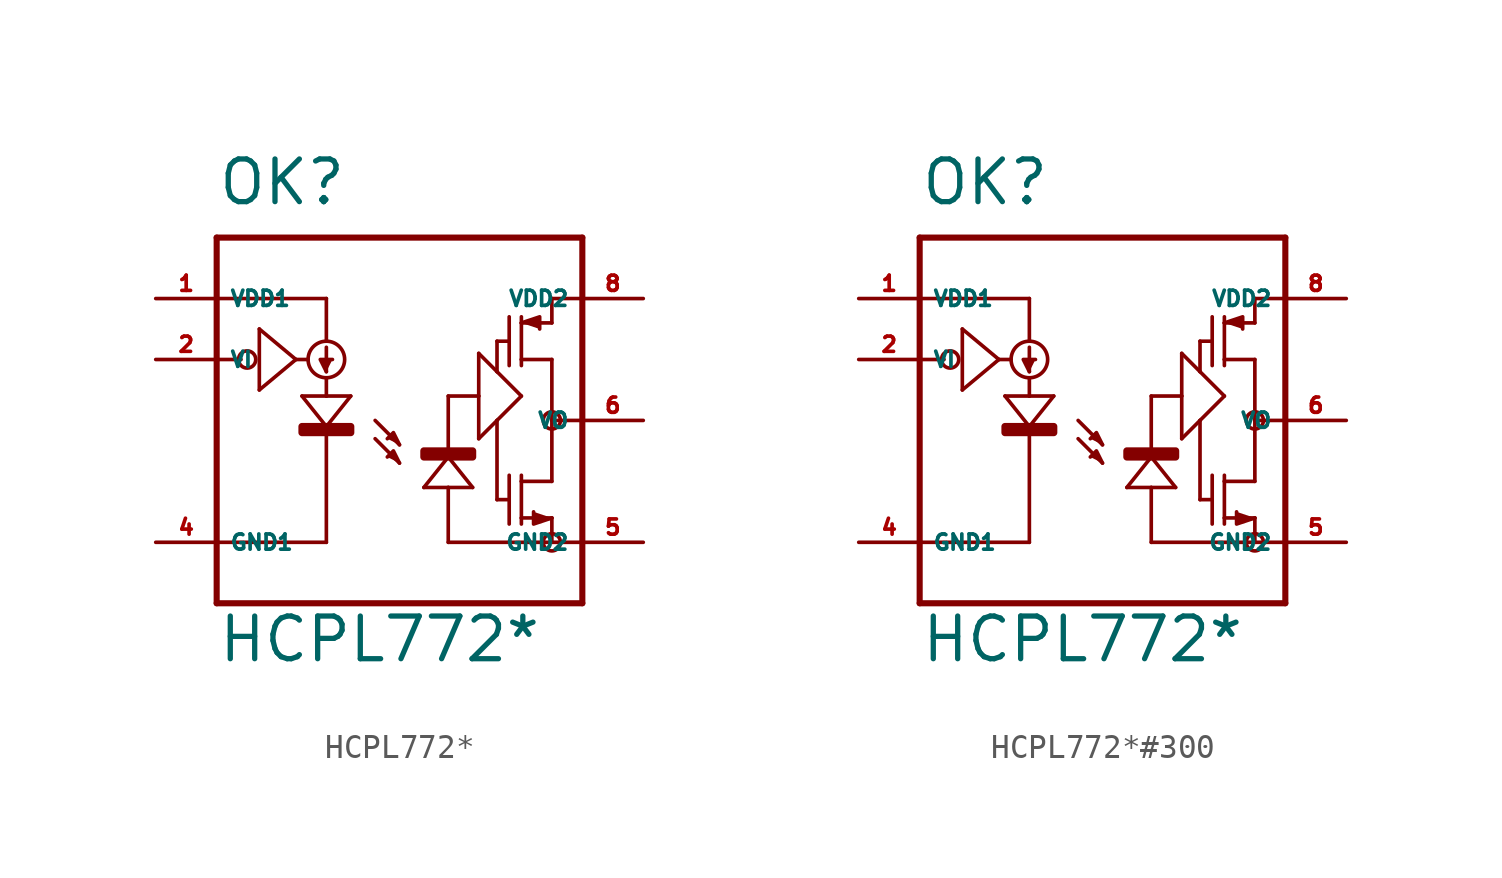
<source format=kicad_sym>
(kicad_symbol_lib
  (version 20220914)
  (generator kicad_symbol_editor)
  (symbol "HCPL772*"
    (property "Reference" "OK"
      (at -10.16 8.89 0)
      (effects (font (size 1.778 1.778) (thickness 0.22)) (justify left bottom)))
    (property "Value" "HCPL772*"
      (at -10.16 -10.16 0)
      (effects (font (size 1.778 1.778) (thickness 0.22)) (justify left bottom)))
    (symbol "HCPL772*_1_1"
      (circle (center -8.89 2.54) (radius 0.359) (stroke (width 0.152) (type default)) (fill (type none)))
      (rectangle (start -6.604 -0.508) (end -4.572 -0.254) (stroke (width 0.3) (type default)) (fill (type outline)))
      (circle (center -5.588 2.54) (radius 0.762) (stroke (width 0.152) (type default)) (fill (type none)))
      (rectangle (start -1.524 -1.524) (end 0.508 -1.27) (stroke (width 0.3) (type default)) (fill (type outline)))
      (polyline (pts (xy -10.16 -7.62) (xy -10.16 -5.08)) (stroke (width 0.254) (type default)) (fill (type none)))
      (polyline (pts (xy -10.16 -5.08) (xy -10.16 2.54)) (stroke (width 0.254) (type default)) (fill (type none)))
      (polyline (pts (xy -10.16 -5.08) (xy -5.588 -5.08)) (stroke (width 0.152) (type default)) (fill (type none)))
      (polyline (pts (xy -10.16 2.54) (xy -10.16 5.08)) (stroke (width 0.254) (type default)) (fill (type none)))
      (polyline (pts (xy -10.16 2.54) (xy -9.144 2.54)) (stroke (width 0.152) (type default)) (fill (type none)))
      (polyline (pts (xy -10.16 5.08) (xy -10.16 7.62)) (stroke (width 0.254) (type default)) (fill (type none)))
      (polyline (pts (xy -10.16 5.08) (xy -5.588 5.08)) (stroke (width 0.152) (type default)) (fill (type none)))
      (polyline (pts (xy -10.16 7.62) (xy 5.08 7.62)) (stroke (width 0.254) (type default)) (fill (type none)))
      (polyline (pts (xy -8.382 1.27) (xy -6.858 2.54)) (stroke (width 0.152) (type default)) (fill (type none)))
      (polyline (pts (xy -8.382 3.81) (xy -8.382 1.27)) (stroke (width 0.152) (type default)) (fill (type none)))
      (polyline (pts (xy -6.858 2.54) (xy -8.382 3.81)) (stroke (width 0.152) (type default)) (fill (type none)))
      (polyline (pts (xy -6.858 2.54) (xy -6.35 2.54)) (stroke (width 0.152) (type default)) (fill (type none)))
      (polyline (pts (xy -6.604 1.016) (xy -5.588 -0.254)) (stroke (width 0.152) (type default)) (fill (type none)))
      (polyline (pts (xy -5.588 -0.254) (xy -5.588 -5.08)) (stroke (width 0.152) (type default)) (fill (type none)))
      (polyline (pts (xy -5.588 -0.254) (xy -4.572 1.016)) (stroke (width 0.152) (type default)) (fill (type none)))
      (polyline (pts (xy -5.588 1.016) (xy -6.604 1.016)) (stroke (width 0.152) (type default)) (fill (type none)))
      (polyline (pts (xy -5.588 1.778) (xy -5.588 1.016)) (stroke (width 0.152) (type default)) (fill (type none)))
      (polyline (pts (xy -5.588 3.048) (xy -5.588 2.032)) (stroke (width 0.152) (type default)) (fill (type none)))
      (polyline (pts (xy -5.588 5.08) (xy -5.588 3.302)) (stroke (width 0.152) (type default)) (fill (type none)))
      (polyline (pts (xy -4.572 1.016) (xy -5.588 1.016)) (stroke (width 0.152) (type default)) (fill (type none)))
      (polyline (pts (xy -3.556 -0.762) (xy -2.54 -1.778)) (stroke (width 0.152) (type default)) (fill (type none)))
      (polyline (pts (xy -3.556 0) (xy -2.54 -1.016)) (stroke (width 0.152) (type default)) (fill (type none)))
      (polyline (pts (xy -1.524 -2.794) (xy -0.508 -1.524)) (stroke (width 0.152) (type default)) (fill (type none)))
      (polyline (pts (xy -0.508 -5.08) (xy -0.508 -2.794)) (stroke (width 0.152) (type default)) (fill (type none)))
      (polyline (pts (xy -0.508 -2.794) (xy -1.524 -2.794)) (stroke (width 0.152) (type default)) (fill (type none)))
      (polyline (pts (xy -0.508 -1.524) (xy -0.508 1.016)) (stroke (width 0.152) (type default)) (fill (type none)))
      (polyline (pts (xy -0.508 -1.524) (xy 0.508 -2.794)) (stroke (width 0.152) (type default)) (fill (type none)))
      (polyline (pts (xy -0.508 1.016) (xy 0.762 1.016)) (stroke (width 0.152) (type default)) (fill (type none)))
      (polyline (pts (xy 0.508 -2.794) (xy -0.508 -2.794)) (stroke (width 0.152) (type default)) (fill (type none)))
      (polyline (pts (xy 0.762 -0.762) (xy 1.524 0)) (stroke (width 0.152) (type default)) (fill (type none)))
      (polyline (pts (xy 0.762 1.016) (xy 0.762 -0.762)) (stroke (width 0.152) (type default)) (fill (type none)))
      (polyline (pts (xy 0.762 2.794) (xy 0.762 1.016)) (stroke (width 0.152) (type default)) (fill (type none)))
      (polyline (pts (xy 1.524 -3.302) (xy 2.032 -3.302)) (stroke (width 0.152) (type default)) (fill (type none)))
      (polyline (pts (xy 1.524 0) (xy 1.524 -3.302)) (stroke (width 0.152) (type default)) (fill (type none)))
      (polyline (pts (xy 1.524 0) (xy 2.54 1.016)) (stroke (width 0.152) (type default)) (fill (type none)))
      (polyline (pts (xy 1.524 2.032) (xy 0.762 2.794)) (stroke (width 0.152) (type default)) (fill (type none)))
      (polyline (pts (xy 1.524 2.032) (xy 1.524 3.302)) (stroke (width 0.152) (type default)) (fill (type none)))
      (polyline (pts (xy 1.524 3.302) (xy 2.032 3.302)) (stroke (width 0.152) (type default)) (fill (type none)))
      (polyline (pts (xy 2.032 -2.286) (xy 2.032 -4.318)) (stroke (width 0.152) (type default)) (fill (type none)))
      (polyline (pts (xy 2.032 4.318) (xy 2.032 2.286)) (stroke (width 0.152) (type default)) (fill (type none)))
      (polyline (pts (xy 2.54 -4.064) (xy 2.54 -4.318)) (stroke (width 0.152) (type default)) (fill (type none)))
      (polyline (pts (xy 2.54 -4.064) (xy 3.81 -4.064)) (stroke (width 0.152) (type default)) (fill (type none)))
      (polyline (pts (xy 2.54 -2.54) (xy 2.54 -4.064)) (stroke (width 0.152) (type default)) (fill (type none)))
      (polyline (pts (xy 2.54 -2.286) (xy 2.54 -2.54)) (stroke (width 0.152) (type default)) (fill (type none)))
      (polyline (pts (xy 2.54 1.016) (xy 1.524 2.032)) (stroke (width 0.152) (type default)) (fill (type none)))
      (polyline (pts (xy 2.54 2.54) (xy 2.54 2.286)) (stroke (width 0.152) (type default)) (fill (type none)))
      (polyline (pts (xy 2.54 2.54) (xy 3.81 2.54)) (stroke (width 0.152) (type default)) (fill (type none)))
      (polyline (pts (xy 2.54 4.064) (xy 2.54 2.54)) (stroke (width 0.152) (type default)) (fill (type none)))
      (polyline (pts (xy 2.54 4.064) (xy 3.81 4.064)) (stroke (width 0.152) (type default)) (fill (type none)))
      (polyline (pts (xy 2.54 4.318) (xy 2.54 4.064)) (stroke (width 0.152) (type default)) (fill (type none)))
      (polyline (pts (xy 3.81 -5.08) (xy -0.508 -5.08)) (stroke (width 0.152) (type default)) (fill (type none)))
      (polyline (pts (xy 3.81 -5.08) (xy 5.08 -5.08)) (stroke (width 0.152) (type default)) (fill (type none)))
      (polyline (pts (xy 3.81 -4.064) (xy 3.81 -5.08)) (stroke (width 0.152) (type default)) (fill (type none)))
      (polyline (pts (xy 3.81 -2.54) (xy 2.54 -2.54)) (stroke (width 0.152) (type default)) (fill (type none)))
      (polyline (pts (xy 3.81 0) (xy 3.81 -2.54)) (stroke (width 0.152) (type default)) (fill (type none)))
      (polyline (pts (xy 3.81 0) (xy 5.08 0)) (stroke (width 0.152) (type default)) (fill (type none)))
      (polyline (pts (xy 3.81 2.54) (xy 3.81 0)) (stroke (width 0.152) (type default)) (fill (type none)))
      (polyline (pts (xy 3.81 4.064) (xy 3.81 5.08)) (stroke (width 0.152) (type default)) (fill (type none)))
      (polyline (pts (xy 3.81 5.08) (xy 5.08 5.08)) (stroke (width 0.152) (type default)) (fill (type none)))
      (polyline (pts (xy 5.08 -7.62) (xy -10.16 -7.62)) (stroke (width 0.254) (type default)) (fill (type none)))
      (polyline (pts (xy 5.08 -5.08) (xy 5.08 -7.62)) (stroke (width 0.254) (type default)) (fill (type none)))
      (polyline (pts (xy 5.08 0) (xy 5.08 -5.08)) (stroke (width 0.254) (type default)) (fill (type none)))
      (polyline (pts (xy 5.08 5.08) (xy 5.08 0)) (stroke (width 0.254) (type default)) (fill (type none)))
      (polyline (pts (xy 5.08 7.62) (xy 5.08 5.08)) (stroke (width 0.254) (type default)) (fill (type none)))
      (polyline (pts (xy -5.588 2.032) (xy -5.842 2.54) (xy -5.334 2.54)) (stroke (width 0.152) (type default)) (fill (type outline)))
      (polyline (pts (xy -2.54 -1.778) (xy -2.794 -1.27) (xy -3.048 -1.524)) (stroke (width 0.152) (type default)) (fill (type outline)))
      (polyline (pts (xy -2.54 -1.016) (xy -2.794 -0.508) (xy -3.048 -0.762)) (stroke (width 0.152) (type default)) (fill (type outline)))
      (polyline (pts (xy 2.54 4.064) (xy 3.302 4.318) (xy 3.302 3.81)) (stroke (width 0.152) (type default)) (fill (type outline)))
      (polyline (pts (xy 3.048 -3.81) (xy 3.048 -4.318) (xy 3.81 -4.064)) (stroke (width 0.152) (type default)) (fill (type outline)))
      (circle (center 3.81 -5.08) (radius 0.359) (stroke (width 0) (type default)) (fill (type none)))
      (circle (center 3.81 0) (radius 0.359) (stroke (width 0) (type default)) (fill (type none)))
      (pin passive line (at -12.7 5.08 0) (length 2.54) (name "VDD1" (effects (font (size 0.635 0.635)))) (number "1" (effects (font (size 0.635 0.635)))))
      (pin input line (at -12.7 2.54 0) (length 2.54) (name "VI" (effects (font (size 0.635 0.635)))) (number "2" (effects (font (size 0.635 0.635)))))
      (pin passive line (at -12.7 -5.08 0) (length 2.54) (name "GND1" (effects (font (size 0.635 0.635)))) (number "4" (effects (font (size 0.635 0.635)))))
      (pin passive line (at 7.62 -5.08 180) (length 2.54) (name "GND2" (effects (font (size 0.635 0.635)))) (number "5" (effects (font (size 0.635 0.635)))))
      (pin passive line (at 7.62 0 180) (length 2.54) (name "VO" (effects (font (size 0.635 0.635)))) (number "6" (effects (font (size 0.635 0.635)))))
      (pin passive line (at 7.62 5.08 180) (length 2.54) (name "VDD2" (effects (font (size 0.635 0.635)))) (number "8" (effects (font (size 0.635 0.635)))))))
  (symbol "HCPL772*#300"
    (property "Reference" "OK"
      (at -10.16 8.89 0)
      (effects (font (size 1.778 1.778) (thickness 0.22)) (justify left bottom)))
    (property "Value" "HCPL772*"
      (at -10.16 -10.16 0)
      (effects (font (size 1.778 1.778) (thickness 0.22)) (justify left bottom)))
    (symbol "HCPL772*#300_1_1"
      (circle (center -8.89 2.54) (radius 0.359) (stroke (width 0.152) (type default)) (fill (type none)))
      (rectangle (start -6.604 -0.508) (end -4.572 -0.254) (stroke (width 0.3) (type default)) (fill (type outline)))
      (circle (center -5.588 2.54) (radius 0.762) (stroke (width 0.152) (type default)) (fill (type none)))
      (rectangle (start -1.524 -1.524) (end 0.508 -1.27) (stroke (width 0.3) (type default)) (fill (type outline)))
      (polyline (pts (xy -10.16 -7.62) (xy -10.16 -5.08)) (stroke (width 0.254) (type default)) (fill (type none)))
      (polyline (pts (xy -10.16 -5.08) (xy -10.16 2.54)) (stroke (width 0.254) (type default)) (fill (type none)))
      (polyline (pts (xy -10.16 -5.08) (xy -5.588 -5.08)) (stroke (width 0.152) (type default)) (fill (type none)))
      (polyline (pts (xy -10.16 2.54) (xy -10.16 5.08)) (stroke (width 0.254) (type default)) (fill (type none)))
      (polyline (pts (xy -10.16 2.54) (xy -9.144 2.54)) (stroke (width 0.152) (type default)) (fill (type none)))
      (polyline (pts (xy -10.16 5.08) (xy -10.16 7.62)) (stroke (width 0.254) (type default)) (fill (type none)))
      (polyline (pts (xy -10.16 5.08) (xy -5.588 5.08)) (stroke (width 0.152) (type default)) (fill (type none)))
      (polyline (pts (xy -10.16 7.62) (xy 5.08 7.62)) (stroke (width 0.254) (type default)) (fill (type none)))
      (polyline (pts (xy -8.382 1.27) (xy -6.858 2.54)) (stroke (width 0.152) (type default)) (fill (type none)))
      (polyline (pts (xy -8.382 3.81) (xy -8.382 1.27)) (stroke (width 0.152) (type default)) (fill (type none)))
      (polyline (pts (xy -6.858 2.54) (xy -8.382 3.81)) (stroke (width 0.152) (type default)) (fill (type none)))
      (polyline (pts (xy -6.858 2.54) (xy -6.35 2.54)) (stroke (width 0.152) (type default)) (fill (type none)))
      (polyline (pts (xy -6.604 1.016) (xy -5.588 -0.254)) (stroke (width 0.152) (type default)) (fill (type none)))
      (polyline (pts (xy -5.588 -0.254) (xy -5.588 -5.08)) (stroke (width 0.152) (type default)) (fill (type none)))
      (polyline (pts (xy -5.588 -0.254) (xy -4.572 1.016)) (stroke (width 0.152) (type default)) (fill (type none)))
      (polyline (pts (xy -5.588 1.016) (xy -6.604 1.016)) (stroke (width 0.152) (type default)) (fill (type none)))
      (polyline (pts (xy -5.588 1.778) (xy -5.588 1.016)) (stroke (width 0.152) (type default)) (fill (type none)))
      (polyline (pts (xy -5.588 3.048) (xy -5.588 2.032)) (stroke (width 0.152) (type default)) (fill (type none)))
      (polyline (pts (xy -5.588 5.08) (xy -5.588 3.302)) (stroke (width 0.152) (type default)) (fill (type none)))
      (polyline (pts (xy -4.572 1.016) (xy -5.588 1.016)) (stroke (width 0.152) (type default)) (fill (type none)))
      (polyline (pts (xy -3.556 -0.762) (xy -2.54 -1.778)) (stroke (width 0.152) (type default)) (fill (type none)))
      (polyline (pts (xy -3.556 0) (xy -2.54 -1.016)) (stroke (width 0.152) (type default)) (fill (type none)))
      (polyline (pts (xy -1.524 -2.794) (xy -0.508 -1.524)) (stroke (width 0.152) (type default)) (fill (type none)))
      (polyline (pts (xy -0.508 -5.08) (xy -0.508 -2.794)) (stroke (width 0.152) (type default)) (fill (type none)))
      (polyline (pts (xy -0.508 -2.794) (xy -1.524 -2.794)) (stroke (width 0.152) (type default)) (fill (type none)))
      (polyline (pts (xy -0.508 -1.524) (xy -0.508 1.016)) (stroke (width 0.152) (type default)) (fill (type none)))
      (polyline (pts (xy -0.508 -1.524) (xy 0.508 -2.794)) (stroke (width 0.152) (type default)) (fill (type none)))
      (polyline (pts (xy -0.508 1.016) (xy 0.762 1.016)) (stroke (width 0.152) (type default)) (fill (type none)))
      (polyline (pts (xy 0.508 -2.794) (xy -0.508 -2.794)) (stroke (width 0.152) (type default)) (fill (type none)))
      (polyline (pts (xy 0.762 -0.762) (xy 1.524 0)) (stroke (width 0.152) (type default)) (fill (type none)))
      (polyline (pts (xy 0.762 1.016) (xy 0.762 -0.762)) (stroke (width 0.152) (type default)) (fill (type none)))
      (polyline (pts (xy 0.762 2.794) (xy 0.762 1.016)) (stroke (width 0.152) (type default)) (fill (type none)))
      (polyline (pts (xy 1.524 -3.302) (xy 2.032 -3.302)) (stroke (width 0.152) (type default)) (fill (type none)))
      (polyline (pts (xy 1.524 0) (xy 1.524 -3.302)) (stroke (width 0.152) (type default)) (fill (type none)))
      (polyline (pts (xy 1.524 0) (xy 2.54 1.016)) (stroke (width 0.152) (type default)) (fill (type none)))
      (polyline (pts (xy 1.524 2.032) (xy 0.762 2.794)) (stroke (width 0.152) (type default)) (fill (type none)))
      (polyline (pts (xy 1.524 2.032) (xy 1.524 3.302)) (stroke (width 0.152) (type default)) (fill (type none)))
      (polyline (pts (xy 1.524 3.302) (xy 2.032 3.302)) (stroke (width 0.152) (type default)) (fill (type none)))
      (polyline (pts (xy 2.032 -2.286) (xy 2.032 -4.318)) (stroke (width 0.152) (type default)) (fill (type none)))
      (polyline (pts (xy 2.032 4.318) (xy 2.032 2.286)) (stroke (width 0.152) (type default)) (fill (type none)))
      (polyline (pts (xy 2.54 -4.064) (xy 2.54 -4.318)) (stroke (width 0.152) (type default)) (fill (type none)))
      (polyline (pts (xy 2.54 -4.064) (xy 3.81 -4.064)) (stroke (width 0.152) (type default)) (fill (type none)))
      (polyline (pts (xy 2.54 -2.54) (xy 2.54 -4.064)) (stroke (width 0.152) (type default)) (fill (type none)))
      (polyline (pts (xy 2.54 -2.286) (xy 2.54 -2.54)) (stroke (width 0.152) (type default)) (fill (type none)))
      (polyline (pts (xy 2.54 1.016) (xy 1.524 2.032)) (stroke (width 0.152) (type default)) (fill (type none)))
      (polyline (pts (xy 2.54 2.54) (xy 2.54 2.286)) (stroke (width 0.152) (type default)) (fill (type none)))
      (polyline (pts (xy 2.54 2.54) (xy 3.81 2.54)) (stroke (width 0.152) (type default)) (fill (type none)))
      (polyline (pts (xy 2.54 4.064) (xy 2.54 2.54)) (stroke (width 0.152) (type default)) (fill (type none)))
      (polyline (pts (xy 2.54 4.064) (xy 3.81 4.064)) (stroke (width 0.152) (type default)) (fill (type none)))
      (polyline (pts (xy 2.54 4.318) (xy 2.54 4.064)) (stroke (width 0.152) (type default)) (fill (type none)))
      (polyline (pts (xy 3.81 -5.08) (xy -0.508 -5.08)) (stroke (width 0.152) (type default)) (fill (type none)))
      (polyline (pts (xy 3.81 -5.08) (xy 5.08 -5.08)) (stroke (width 0.152) (type default)) (fill (type none)))
      (polyline (pts (xy 3.81 -4.064) (xy 3.81 -5.08)) (stroke (width 0.152) (type default)) (fill (type none)))
      (polyline (pts (xy 3.81 -2.54) (xy 2.54 -2.54)) (stroke (width 0.152) (type default)) (fill (type none)))
      (polyline (pts (xy 3.81 0) (xy 3.81 -2.54)) (stroke (width 0.152) (type default)) (fill (type none)))
      (polyline (pts (xy 3.81 0) (xy 5.08 0)) (stroke (width 0.152) (type default)) (fill (type none)))
      (polyline (pts (xy 3.81 2.54) (xy 3.81 0)) (stroke (width 0.152) (type default)) (fill (type none)))
      (polyline (pts (xy 3.81 4.064) (xy 3.81 5.08)) (stroke (width 0.152) (type default)) (fill (type none)))
      (polyline (pts (xy 3.81 5.08) (xy 5.08 5.08)) (stroke (width 0.152) (type default)) (fill (type none)))
      (polyline (pts (xy 5.08 -7.62) (xy -10.16 -7.62)) (stroke (width 0.254) (type default)) (fill (type none)))
      (polyline (pts (xy 5.08 -5.08) (xy 5.08 -7.62)) (stroke (width 0.254) (type default)) (fill (type none)))
      (polyline (pts (xy 5.08 0) (xy 5.08 -5.08)) (stroke (width 0.254) (type default)) (fill (type none)))
      (polyline (pts (xy 5.08 5.08) (xy 5.08 0)) (stroke (width 0.254) (type default)) (fill (type none)))
      (polyline (pts (xy 5.08 7.62) (xy 5.08 5.08)) (stroke (width 0.254) (type default)) (fill (type none)))
      (polyline (pts (xy -5.588 2.032) (xy -5.842 2.54) (xy -5.334 2.54)) (stroke (width 0.152) (type default)) (fill (type outline)))
      (polyline (pts (xy -2.54 -1.778) (xy -2.794 -1.27) (xy -3.048 -1.524)) (stroke (width 0.152) (type default)) (fill (type outline)))
      (polyline (pts (xy -2.54 -1.016) (xy -2.794 -0.508) (xy -3.048 -0.762)) (stroke (width 0.152) (type default)) (fill (type outline)))
      (polyline (pts (xy 2.54 4.064) (xy 3.302 4.318) (xy 3.302 3.81)) (stroke (width 0.152) (type default)) (fill (type outline)))
      (polyline (pts (xy 3.048 -3.81) (xy 3.048 -4.318) (xy 3.81 -4.064)) (stroke (width 0.152) (type default)) (fill (type outline)))
      (circle (center 3.81 -5.08) (radius 0.359) (stroke (width 0) (type default)) (fill (type none)))
      (circle (center 3.81 0) (radius 0.359) (stroke (width 0) (type default)) (fill (type none)))
      (pin passive line (at -12.7 5.08 0) (length 2.54) (name "VDD1" (effects (font (size 0.635 0.635)))) (number "1" (effects (font (size 0.635 0.635)))))
      (pin input line (at -12.7 2.54 0) (length 2.54) (name "VI" (effects (font (size 0.635 0.635)))) (number "2" (effects (font (size 0.635 0.635)))))
      (pin passive line (at -12.7 -5.08 0) (length 2.54) (name "GND1" (effects (font (size 0.635 0.635)))) (number "4" (effects (font (size 0.635 0.635)))))
      (pin passive line (at 7.62 -5.08 180) (length 2.54) (name "GND2" (effects (font (size 0.635 0.635)))) (number "5" (effects (font (size 0.635 0.635)))))
      (pin passive line (at 7.62 0 180) (length 2.54) (name "VO" (effects (font (size 0.635 0.635)))) (number "6" (effects (font (size 0.635 0.635)))))
      (pin passive line (at 7.62 5.08 180) (length 2.54) (name "VDD2" (effects (font (size 0.635 0.635)))) (number "8" (effects (font (size 0.635 0.635))))))))
</source>
